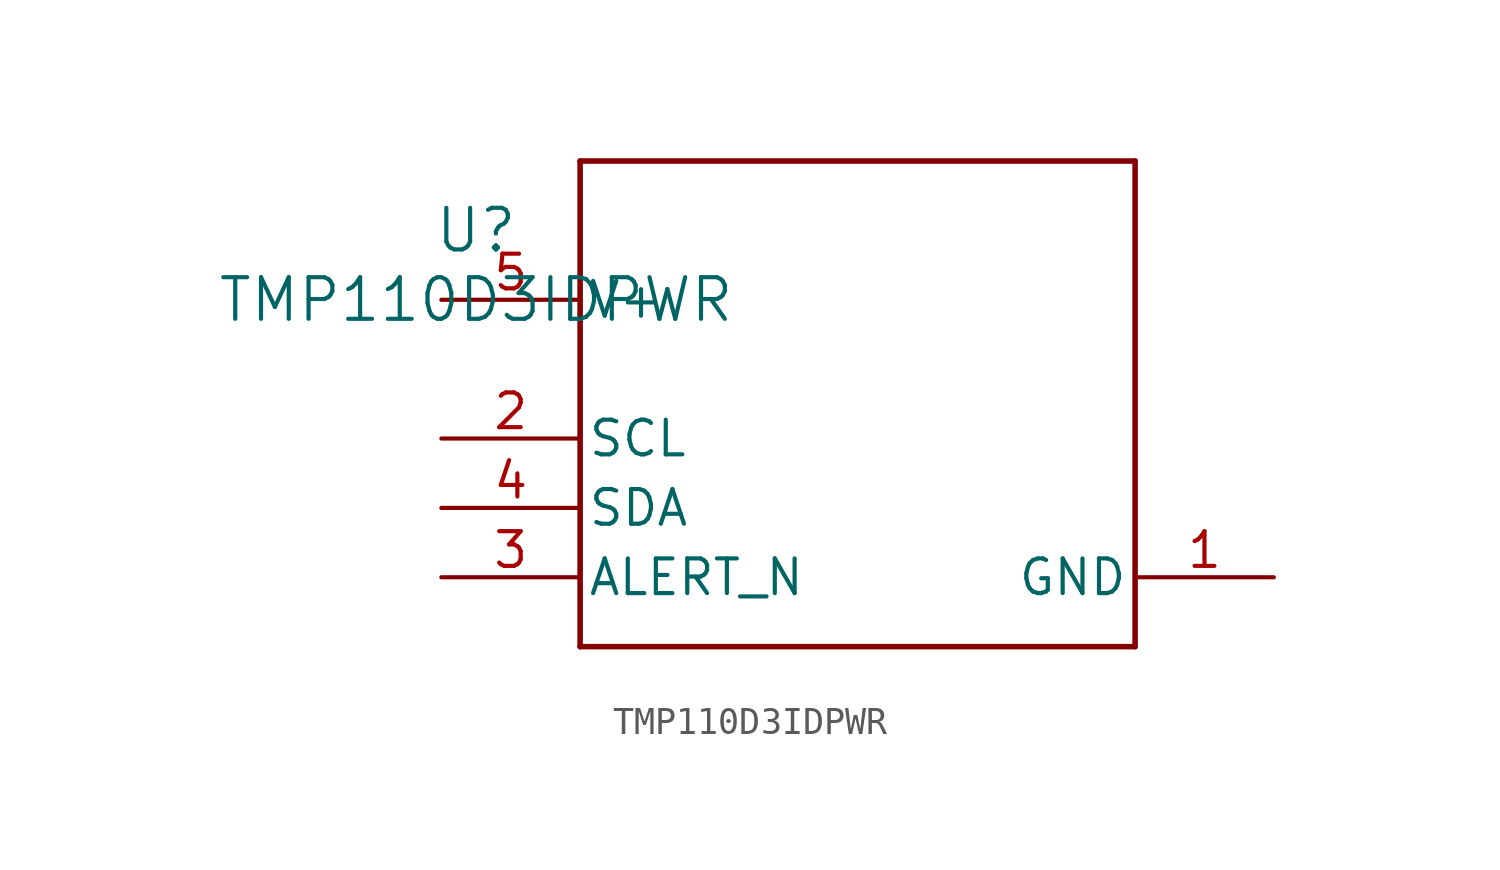
<source format=kicad_sym>
(kicad_symbol_lib
  (version 20211014)
  (generator kicad_symbol_editor)
  (symbol "TMP110D3IDPWR"
    (pin_names
      (offset 0.254))
    (property "Reference" "U"
      (at 0 2.54 0)
      (effects (font (size 1.524 1.524))))
    (property "Value" "TMP110D3IDPWR"
      (at 0 0 0)
      (effects (font (size 1.524 1.524))))
    (symbol "TMP110D3IDPWR_0_1"
      (polyline (pts (xy 3.81 -12.7) (xy 24.13 -12.7)) (stroke (width 0.203) (type default) (color 0 0 0 0)) (fill (type none)))
      (polyline (pts (xy 24.13 -12.7) (xy 24.13 5.08)) (stroke (width 0.203) (type default) (color 0 0 0 0)) (fill (type none)))
      (polyline (pts (xy 24.13 5.08) (xy 3.81 5.08)) (stroke (width 0.203) (type default) (color 0 0 0 0)) (fill (type none)))
      (polyline (pts (xy 3.81 5.08) (xy 3.81 -12.7)) (stroke (width 0.203) (type default) (color 0 0 0 0)) (fill (type none)))
      (pin power_in line (at 29.21 -10.16 180) (length 5.08) (name "GND" (effects (font (size 1.27 1.27)))) (number "1" (effects (font (size 1.27 1.27)))))
      (pin input line (at -1.27 -5.08 0) (length 5.08) (name "SCL" (effects (font (size 1.27 1.27)))) (number "2" (effects (font (size 1.27 1.27)))))
      (pin open_collector line (at -1.27 -10.16 0) (length 5.08) (name "ALERT_N" (effects (font (size 1.27 1.27)))) (number "3" (effects (font (size 1.27 1.27)))))
      (pin bidirectional line (at -1.27 -7.62 0) (length 5.08) (name "SDA" (effects (font (size 1.27 1.27)))) (number "4" (effects (font (size 1.27 1.27)))))
      (pin power_in line (at -1.27 0 0) (length 5.08) (name "V+" (effects (font (size 1.27 1.27)))) (number "5" (effects (font (size 1.27 1.27))))))))
</source>
